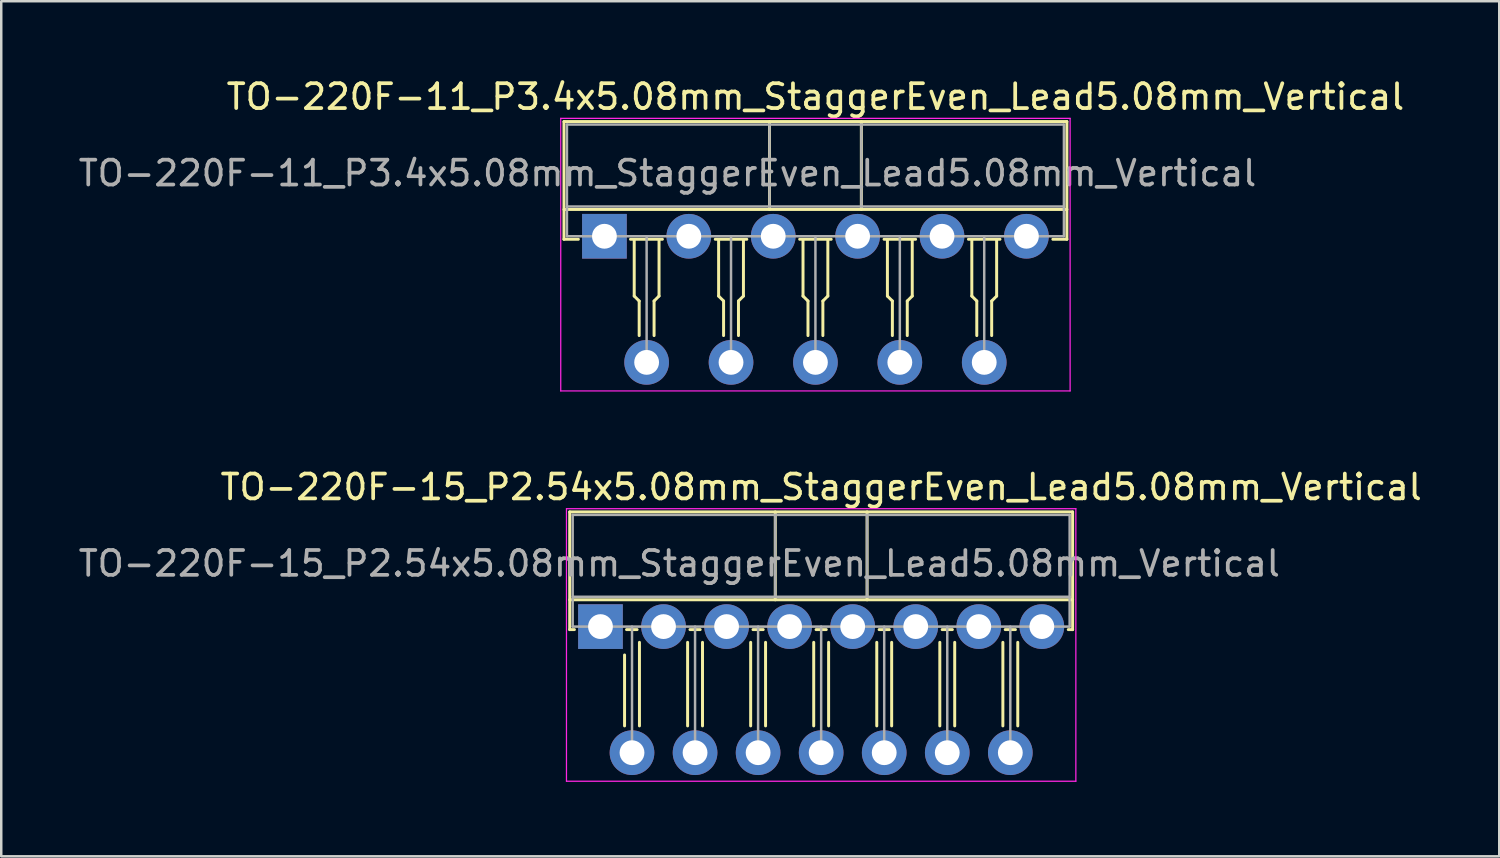
<source format=kicad_pcb>
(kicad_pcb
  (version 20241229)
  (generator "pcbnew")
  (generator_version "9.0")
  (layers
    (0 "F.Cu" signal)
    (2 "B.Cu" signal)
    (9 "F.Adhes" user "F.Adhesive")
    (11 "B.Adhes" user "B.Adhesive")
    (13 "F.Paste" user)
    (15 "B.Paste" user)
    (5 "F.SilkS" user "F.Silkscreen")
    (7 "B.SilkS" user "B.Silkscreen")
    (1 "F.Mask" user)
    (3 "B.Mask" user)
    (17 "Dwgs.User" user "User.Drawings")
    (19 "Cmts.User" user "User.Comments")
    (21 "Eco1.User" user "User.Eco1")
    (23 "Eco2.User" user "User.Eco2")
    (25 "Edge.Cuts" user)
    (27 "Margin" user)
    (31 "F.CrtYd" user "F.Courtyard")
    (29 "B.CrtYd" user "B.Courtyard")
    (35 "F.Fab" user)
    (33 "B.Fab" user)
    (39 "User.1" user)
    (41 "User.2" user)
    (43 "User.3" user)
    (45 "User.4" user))
  (footprint "TO-220F-11_P3.4x5.08mm_StaggerEven_Lead5.08mm_Vertical"
    (layer "F.Cu")
    (at 21.299 6.468)
    (property "Reference" "TO-220F-11_P3.4x5.08mm_StaggerEven_Lead5.08mm_Vertical" (at 8.5 -5.62 0) (layer "F.SilkS") (effects (font (size 1 1) (thickness 0.15))))
    (attr through_hole)
    (fp_line (start -1.63 -4.62) (end -1.63 0.121) (stroke (width 0.12) (type solid)) (layer "F.SilkS"))
    (fp_line (start -1.63 -4.62) (end 18.63 -4.62) (stroke (width 0.12) (type solid)) (layer "F.SilkS"))
    (fp_line (start -1.63 -1.08) (end 18.63 -1.08) (stroke (width 0.12) (type solid)) (layer "F.SilkS"))
    (fp_line (start -1.63 0.121) (end -1.05 0.121) (stroke (width 0.12) (type solid)) (layer "F.SilkS"))
    (fp_line (start 1.05 0.121) (end 2.335 0.121) (stroke (width 0.12) (type solid)) (layer "F.SilkS"))
    (fp_line (start 1.2 0.158) (end 1.2 2.408) (stroke (width 0.12) (type solid)) (layer "F.SilkS"))
    (fp_line (start 1.2 2.408) (end 1.4 2.608) (stroke (width 0.12) (type solid)) (layer "F.SilkS"))
    (fp_line (start 1.4 4) (end 1.4 2.608) (stroke (width 0.12) (type solid)) (layer "F.SilkS"))
    (fp_line (start 2 4) (end 2 2.608) (stroke (width 0.12) (type solid)) (layer "F.SilkS"))
    (fp_line (start 2.2 0.158) (end 2.2 2.408) (stroke (width 0.12) (type solid)) (layer "F.SilkS"))
    (fp_line (start 2.2 2.408) (end 2 2.608) (stroke (width 0.12) (type solid)) (layer "F.SilkS"))
    (fp_line (start 4.465 0.121) (end 5.735 0.121) (stroke (width 0.12) (type solid)) (layer "F.SilkS"))
    (fp_line (start 4.6 0.158) (end 4.6 2.408) (stroke (width 0.12) (type solid)) (layer "F.SilkS"))
    (fp_line (start 4.6 2.408) (end 4.8 2.608) (stroke (width 0.12) (type solid)) (layer "F.SilkS"))
    (fp_line (start 4.8 4) (end 4.8 2.608) (stroke (width 0.12) (type solid)) (layer "F.SilkS"))
    (fp_line (start 5.4 4) (end 5.4 2.608) (stroke (width 0.12) (type solid)) (layer "F.SilkS"))
    (fp_line (start 5.6 0.158) (end 5.6 2.408) (stroke (width 0.12) (type solid)) (layer "F.SilkS"))
    (fp_line (start 5.6 2.408) (end 5.4 2.608) (stroke (width 0.12) (type solid)) (layer "F.SilkS"))
    (fp_line (start 6.65 -4.62) (end 6.65 -1.08) (stroke (width 0.12) (type solid)) (layer "F.SilkS"))
    (fp_line (start 7.865 0.121) (end 9.135 0.121) (stroke (width 0.12) (type solid)) (layer "F.SilkS"))
    (fp_line (start 8 0.158) (end 8 2.408) (stroke (width 0.12) (type solid)) (layer "F.SilkS"))
    (fp_line (start 8 2.408) (end 8.2 2.608) (stroke (width 0.12) (type solid)) (layer "F.SilkS"))
    (fp_line (start 8.2 4) (end 8.2 2.608) (stroke (width 0.12) (type solid)) (layer "F.SilkS"))
    (fp_line (start 8.8 4) (end 8.8 2.608) (stroke (width 0.12) (type solid)) (layer "F.SilkS"))
    (fp_line (start 9 0.158) (end 9 2.408) (stroke (width 0.12) (type solid)) (layer "F.SilkS"))
    (fp_line (start 9 2.408) (end 8.8 2.608) (stroke (width 0.12) (type solid)) (layer "F.SilkS"))
    (fp_line (start 10.35 -4.62) (end 10.35 -1.08) (stroke (width 0.12) (type solid)) (layer "F.SilkS"))
    (fp_line (start 11.265 0.121) (end 12.535 0.121) (stroke (width 0.12) (type solid)) (layer "F.SilkS"))
    (fp_line (start 11.4 0.158) (end 11.4 2.408) (stroke (width 0.12) (type solid)) (layer "F.SilkS"))
    (fp_line (start 11.4 2.408) (end 11.6 2.608) (stroke (width 0.12) (type solid)) (layer "F.SilkS"))
    (fp_line (start 11.6 4) (end 11.6 2.608) (stroke (width 0.12) (type solid)) (layer "F.SilkS"))
    (fp_line (start 12.2 4) (end 12.2 2.608) (stroke (width 0.12) (type solid)) (layer "F.SilkS"))
    (fp_line (start 12.4 0.158) (end 12.4 2.408) (stroke (width 0.12) (type solid)) (layer "F.SilkS"))
    (fp_line (start 12.4 2.408) (end 12.2 2.608) (stroke (width 0.12) (type solid)) (layer "F.SilkS"))
    (fp_line (start 14.665 0.121) (end 15.935 0.121) (stroke (width 0.12) (type solid)) (layer "F.SilkS"))
    (fp_line (start 14.8 0.158) (end 14.8 2.408) (stroke (width 0.12) (type solid)) (layer "F.SilkS"))
    (fp_line (start 14.8 2.408) (end 15 2.608) (stroke (width 0.12) (type solid)) (layer "F.SilkS"))
    (fp_line (start 15 4) (end 15 2.608) (stroke (width 0.12) (type solid)) (layer "F.SilkS"))
    (fp_line (start 15.6 4) (end 15.6 2.608) (stroke (width 0.12) (type solid)) (layer "F.SilkS"))
    (fp_line (start 15.8 0.158) (end 15.8 2.408) (stroke (width 0.12) (type solid)) (layer "F.SilkS"))
    (fp_line (start 15.8 2.408) (end 15.6 2.608) (stroke (width 0.12) (type solid)) (layer "F.SilkS"))
    (fp_line (start 18.065 0.121) (end 18.63 0.121) (stroke (width 0.12) (type solid)) (layer "F.SilkS"))
    (fp_line (start 18.63 -4.62) (end 18.63 0.121) (stroke (width 0.12) (type solid)) (layer "F.SilkS"))
    (fp_line (start -1.76 -4.75) (end -1.76 6.23) (stroke (width 0.05) (type solid)) (layer "F.CrtYd"))
    (fp_line (start -1.76 6.23) (end 18.76 6.23) (stroke (width 0.05) (type solid)) (layer "F.CrtYd"))
    (fp_line (start 18.76 -4.75) (end -1.76 -4.75) (stroke (width 0.05) (type solid)) (layer "F.CrtYd"))
    (fp_line (start 18.76 6.23) (end 18.76 -4.75) (stroke (width 0.05) (type solid)) (layer "F.CrtYd"))
    (fp_line (start -1.51 -4.5) (end -1.51 0) (stroke (width 0.1) (type solid)) (layer "F.Fab"))
    (fp_line (start -1.51 -1.2) (end 18.51 -1.2) (stroke (width 0.1) (type solid)) (layer "F.Fab"))
    (fp_line (start -1.51 0) (end 18.51 0) (stroke (width 0.1) (type solid)) (layer "F.Fab"))
    (fp_line (start 1.7 0) (end 1.7 5.08) (stroke (width 0.1) (type solid)) (layer "F.Fab"))
    (fp_line (start 5.1 0) (end 5.1 5.08) (stroke (width 0.1) (type solid)) (layer "F.Fab"))
    (fp_line (start 6.65 -4.5) (end 6.65 -1.2) (stroke (width 0.1) (type solid)) (layer "F.Fab"))
    (fp_line (start 8.5 0) (end 8.5 5.08) (stroke (width 0.1) (type solid)) (layer "F.Fab"))
    (fp_line (start 10.35 -4.5) (end 10.35 -1.2) (stroke (width 0.1) (type solid)) (layer "F.Fab"))
    (fp_line (start 11.9 0) (end 11.9 5.08) (stroke (width 0.1) (type solid)) (layer "F.Fab"))
    (fp_line (start 15.3 0) (end 15.3 5.08) (stroke (width 0.1) (type solid)) (layer "F.Fab"))
    (fp_line (start 18.51 -4.5) (end -1.51 -4.5) (stroke (width 0.1) (type solid)) (layer "F.Fab"))
    (fp_line (start 18.51 0) (end 18.51 -4.5) (stroke (width 0.1) (type solid)) (layer "F.Fab"))
    (fp_text user "${REFERENCE}" (at 2.54 -2.54 0) (layer "F.Fab") (effects (font (size 1 1) (thickness 0.15))))
    (pad "1" thru_hole rect (at 0 0) (size 1.8 1.8) (drill 1) (layers "*.Cu" "*.Mask"))
    (pad "2" thru_hole oval (at 1.7 5.08) (size 1.8 1.8) (drill 1) (layers "*.Cu" "*.Mask"))
    (pad "3" thru_hole oval (at 3.4 0) (size 1.8 1.8) (drill 1) (layers "*.Cu" "*.Mask"))
    (pad "4" thru_hole oval (at 5.1 5.08) (size 1.8 1.8) (drill 1) (layers "*.Cu" "*.Mask"))
    (pad "5" thru_hole oval (at 6.8 0) (size 1.8 1.8) (drill 1) (layers "*.Cu" "*.Mask"))
    (pad "6" thru_hole oval (at 8.5 5.08) (size 1.8 1.8) (drill 1) (layers "*.Cu" "*.Mask"))
    (pad "7" thru_hole oval (at 10.2 0) (size 1.8 1.8) (drill 1) (layers "*.Cu" "*.Mask"))
    (pad "8" thru_hole oval (at 11.9 5.08) (size 1.8 1.8) (drill 1) (layers "*.Cu" "*.Mask"))
    (pad "9" thru_hole oval (at 13.6 0) (size 1.8 1.8) (drill 1) (layers "*.Cu" "*.Mask"))
    (pad "10" thru_hole oval (at 15.3 5.08) (size 1.8 1.8) (drill 1) (layers "*.Cu" "*.Mask"))
    (pad "11" thru_hole oval (at 17 0) (size 1.8 1.8) (drill 1) (layers "*.Cu" "*.Mask")))
  (footprint "TO-220F-15_P2.54x5.08mm_StaggerEven_Lead5.08mm_Vertical"
    (layer "F.Cu")
    (at 21.14 22.192)
    (property "Reference" "TO-220F-15_P2.54x5.08mm_StaggerEven_Lead5.08mm_Vertical" (at 8.89 -5.62 0) (layer "F.SilkS") (effects (font (size 1 1) (thickness 0.15))))
    (attr through_hole)
    (fp_line (start -1.24 -4.62) (end -1.24 0.121) (stroke (width 0.12) (type solid)) (layer "F.SilkS"))
    (fp_line (start -1.24 -4.62) (end 19.02 -4.62) (stroke (width 0.12) (type solid)) (layer "F.SilkS"))
    (fp_line (start -1.24 -1.08) (end 19.02 -1.08) (stroke (width 0.12) (type solid)) (layer "F.SilkS"))
    (fp_line (start -1.24 0.121) (end -1.05 0.121) (stroke (width 0.12) (type solid)) (layer "F.SilkS"))
    (fp_line (start 0.97 4) (end 0.97 1.143) (stroke (width 0.12) (type solid)) (layer "F.SilkS"))
    (fp_line (start 1.05 0.121) (end 1.475 0.121) (stroke (width 0.12) (type solid)) (layer "F.SilkS"))
    (fp_line (start 1.57 4) (end 1.57 0.635) (stroke (width 0.12) (type solid)) (layer "F.SilkS"))
    (fp_line (start 3.51 4) (end 3.51 0.635) (stroke (width 0.12) (type solid)) (layer "F.SilkS"))
    (fp_line (start 3.605 0.121) (end 4.016 0.121) (stroke (width 0.12) (type solid)) (layer "F.SilkS"))
    (fp_line (start 4.11 4) (end 4.11 0.635) (stroke (width 0.12) (type solid)) (layer "F.SilkS"))
    (fp_line (start 6.05 4) (end 6.05 0.635) (stroke (width 0.12) (type solid)) (layer "F.SilkS"))
    (fp_line (start 6.145 0.121) (end 6.555 0.121) (stroke (width 0.12) (type solid)) (layer "F.SilkS"))
    (fp_line (start 6.65 4) (end 6.65 0.635) (stroke (width 0.12) (type solid)) (layer "F.SilkS"))
    (fp_line (start 7.041 -4.62) (end 7.041 -1.08) (stroke (width 0.12) (type solid)) (layer "F.SilkS"))
    (fp_line (start 8.59 4) (end 8.59 0.635) (stroke (width 0.12) (type solid)) (layer "F.SilkS"))
    (fp_line (start 8.685 0.121) (end 9.095 0.121) (stroke (width 0.12) (type solid)) (layer "F.SilkS"))
    (fp_line (start 9.19 4) (end 9.19 0.635) (stroke (width 0.12) (type solid)) (layer "F.SilkS"))
    (fp_line (start 10.74 -4.62) (end 10.74 -1.08) (stroke (width 0.12) (type solid)) (layer "F.SilkS"))
    (fp_line (start 11.13 4) (end 11.13 0.635) (stroke (width 0.12) (type solid)) (layer "F.SilkS"))
    (fp_line (start 11.225 0.121) (end 11.635 0.121) (stroke (width 0.12) (type solid)) (layer "F.SilkS"))
    (fp_line (start 11.73 4) (end 11.73 0.635) (stroke (width 0.12) (type solid)) (layer "F.SilkS"))
    (fp_line (start 13.67 4) (end 13.67 0.635) (stroke (width 0.12) (type solid)) (layer "F.SilkS"))
    (fp_line (start 13.765 0.121) (end 14.175 0.121) (stroke (width 0.12) (type solid)) (layer "F.SilkS"))
    (fp_line (start 14.27 4) (end 14.27 0.635) (stroke (width 0.12) (type solid)) (layer "F.SilkS"))
    (fp_line (start 16.21 4) (end 16.21 0.635) (stroke (width 0.12) (type solid)) (layer "F.SilkS"))
    (fp_line (start 16.305 0.121) (end 16.715 0.121) (stroke (width 0.12) (type solid)) (layer "F.SilkS"))
    (fp_line (start 16.81 4) (end 16.81 0.635) (stroke (width 0.12) (type solid)) (layer "F.SilkS"))
    (fp_line (start 18.845 0.121) (end 19.02 0.121) (stroke (width 0.12) (type solid)) (layer "F.SilkS"))
    (fp_line (start 19.02 -4.62) (end 19.02 0.121) (stroke (width 0.12) (type solid)) (layer "F.SilkS"))
    (fp_line (start -1.37 -4.75) (end -1.37 6.23) (stroke (width 0.05) (type solid)) (layer "F.CrtYd"))
    (fp_line (start -1.37 6.23) (end 19.15 6.23) (stroke (width 0.05) (type solid)) (layer "F.CrtYd"))
    (fp_line (start 19.15 -4.75) (end -1.37 -4.75) (stroke (width 0.05) (type solid)) (layer "F.CrtYd"))
    (fp_line (start 19.15 6.23) (end 19.15 -4.75) (stroke (width 0.05) (type solid)) (layer "F.CrtYd"))
    (fp_line (start -1.12 -4.5) (end -1.12 0) (stroke (width 0.1) (type solid)) (layer "F.Fab"))
    (fp_line (start -1.12 -1.2) (end 18.9 -1.2) (stroke (width 0.1) (type solid)) (layer "F.Fab"))
    (fp_line (start -1.12 0) (end 18.9 0) (stroke (width 0.1) (type solid)) (layer "F.Fab"))
    (fp_line (start 1.27 0) (end 1.27 5.08) (stroke (width 0.1) (type solid)) (layer "F.Fab"))
    (fp_line (start 3.81 0) (end 3.81 5.08) (stroke (width 0.1) (type solid)) (layer "F.Fab"))
    (fp_line (start 6.35 0) (end 6.35 5.08) (stroke (width 0.1) (type solid)) (layer "F.Fab"))
    (fp_line (start 7.04 -4.5) (end 7.04 -1.2) (stroke (width 0.1) (type solid)) (layer "F.Fab"))
    (fp_line (start 8.89 0) (end 8.89 5.08) (stroke (width 0.1) (type solid)) (layer "F.Fab"))
    (fp_line (start 10.74 -4.5) (end 10.74 -1.2) (stroke (width 0.1) (type solid)) (layer "F.Fab"))
    (fp_line (start 11.43 0) (end 11.43 5.08) (stroke (width 0.1) (type solid)) (layer "F.Fab"))
    (fp_line (start 13.97 0) (end 13.97 5.08) (stroke (width 0.1) (type solid)) (layer "F.Fab"))
    (fp_line (start 16.51 0) (end 16.51 5.08) (stroke (width 0.1) (type solid)) (layer "F.Fab"))
    (fp_line (start 18.9 -4.5) (end -1.12 -4.5) (stroke (width 0.1) (type solid)) (layer "F.Fab"))
    (fp_line (start 18.9 0) (end 18.9 -4.5) (stroke (width 0.1) (type solid)) (layer "F.Fab"))
    (fp_text user "${REFERENCE}" (at 3.175 -2.54 0) (layer "F.Fab") (effects (font (size 1 1) (thickness 0.15))))
    (pad "1" thru_hole rect (at 0 0) (size 1.8 1.8) (drill 1) (layers "*.Cu" "*.Mask"))
    (pad "2" thru_hole oval (at 1.27 5.08) (size 1.8 1.8) (drill 1) (layers "*.Cu" "*.Mask"))
    (pad "3" thru_hole oval (at 2.54 0) (size 1.8 1.8) (drill 1) (layers "*.Cu" "*.Mask"))
    (pad "4" thru_hole oval (at 3.81 5.08) (size 1.8 1.8) (drill 1) (layers "*.Cu" "*.Mask"))
    (pad "5" thru_hole oval (at 5.08 0) (size 1.8 1.8) (drill 1) (layers "*.Cu" "*.Mask"))
    (pad "6" thru_hole oval (at 6.35 5.08) (size 1.8 1.8) (drill 1) (layers "*.Cu" "*.Mask"))
    (pad "7" thru_hole oval (at 7.62 0) (size 1.8 1.8) (drill 1) (layers "*.Cu" "*.Mask"))
    (pad "8" thru_hole oval (at 8.89 5.08) (size 1.8 1.8) (drill 1) (layers "*.Cu" "*.Mask"))
    (pad "9" thru_hole oval (at 10.16 0) (size 1.8 1.8) (drill 1) (layers "*.Cu" "*.Mask"))
    (pad "10" thru_hole oval (at 11.43 5.08) (size 1.8 1.8) (drill 1) (layers "*.Cu" "*.Mask"))
    (pad "11" thru_hole oval (at 12.7 0) (size 1.8 1.8) (drill 1) (layers "*.Cu" "*.Mask"))
    (pad "12" thru_hole oval (at 13.97 5.08) (size 1.8 1.8) (drill 1) (layers "*.Cu" "*.Mask"))
    (pad "13" thru_hole oval (at 15.24 0) (size 1.8 1.8) (drill 1) (layers "*.Cu" "*.Mask"))
    (pad "14" thru_hole oval (at 16.51 5.08) (size 1.8 1.8) (drill 1) (layers "*.Cu" "*.Mask"))
    (pad "15" thru_hole oval (at 17.78 0) (size 1.8 1.8) (drill 1) (layers "*.Cu" "*.Mask")))
  (gr_rect
    (start -3 -3)
    (end 57.346 31.447)
    (stroke (width 0.1) (type default))
    (fill no)
    (layer "Edge.Cuts")))
</source>
